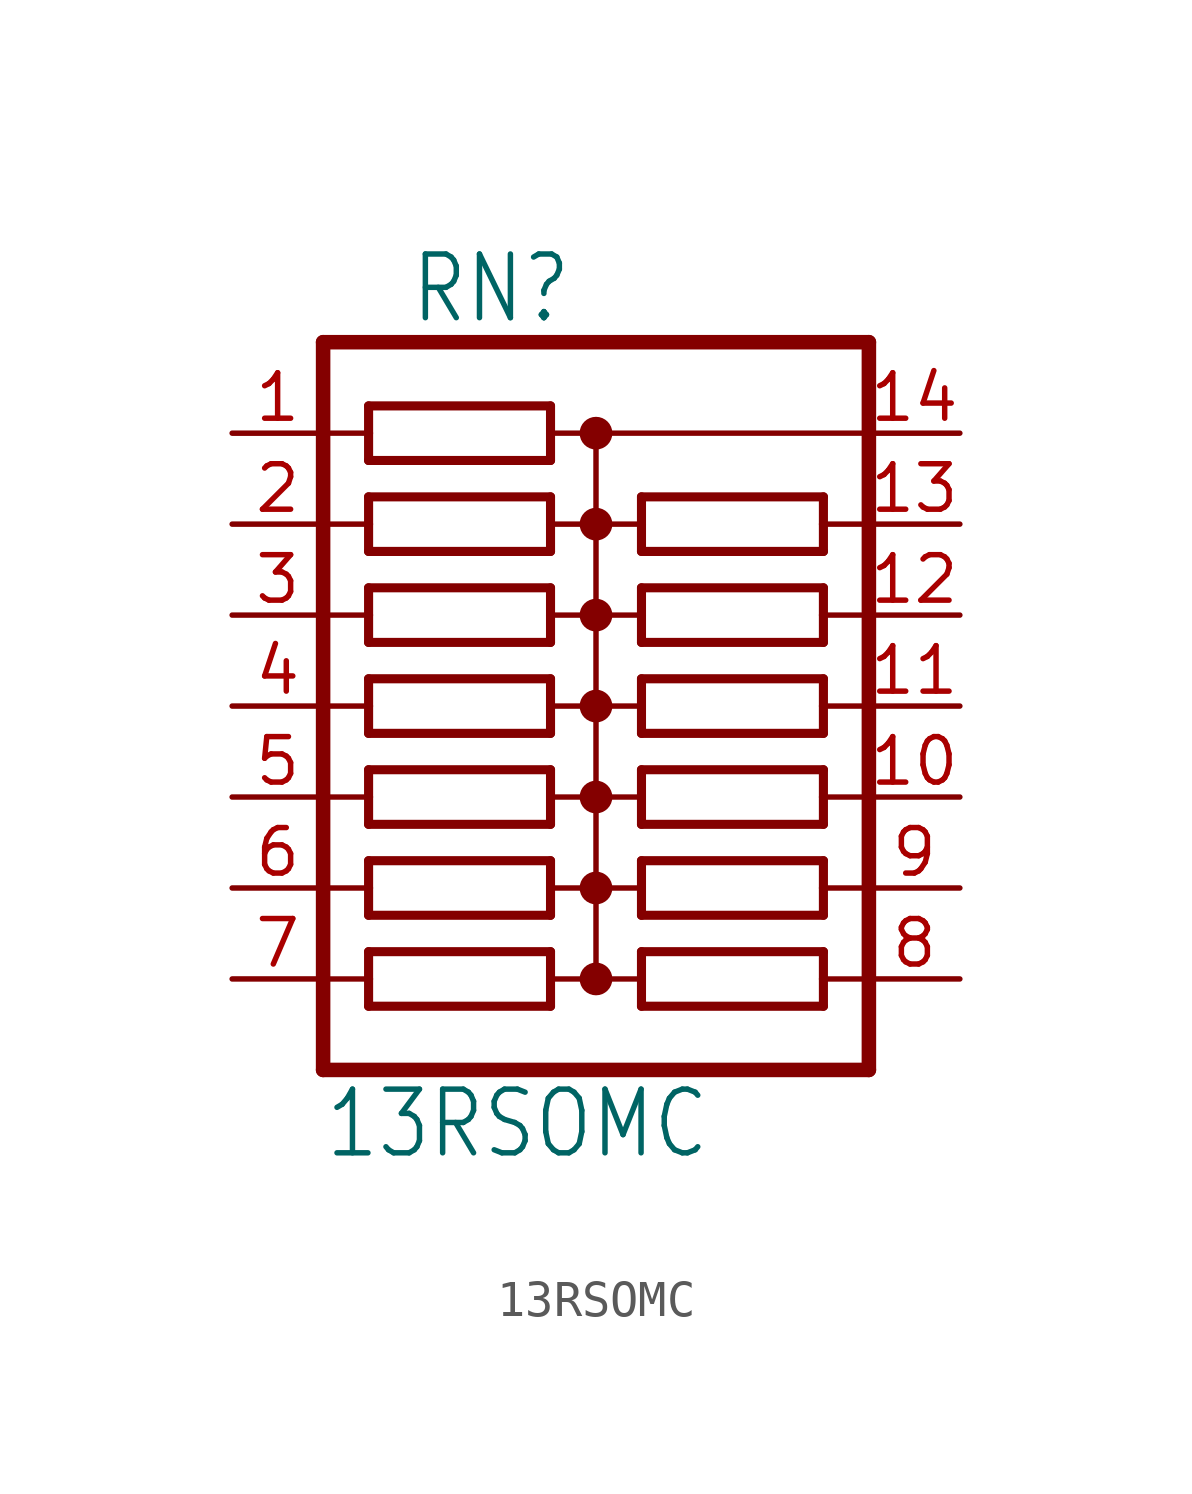
<source format=kicad_sym>
(kicad_symbol_lib
  (version 20211014)
  (generator kicad_symbol_editor)
  (symbol "13RSOMC"
    (property "Reference" "RN"
      (at -0.635 12.7 0)
      (effects (font (size 1.778 1.511)) (justify right top)))
    (property "Value" "13RSOMC"
      (at -7.62 -12.7 0)
      (effects (font (size 1.778 1.511)) (justify left bottom)))
    (property "ki_locked" ""
      (at 0 0 0)
      (effects (font (size 1.27 1.27))))
    (symbol "13RSOMC_1_0"
      (circle (center 0 -7.62) (radius 0.254) (stroke (width 0.406) (type default) (color 0 0 0 0)) (fill (type none)))
      (circle (center 0 -5.08) (radius 0.254) (stroke (width 0.406) (type default) (color 0 0 0 0)) (fill (type none)))
      (circle (center 0 -2.54) (radius 0.254) (stroke (width 0.406) (type default) (color 0 0 0 0)) (fill (type none)))
      (polyline (pts (xy -7.62 -7.62) (xy -6.35 -7.62)) (stroke (width 0.152) (type default) (color 0 0 0 0)) (fill (type none)))
      (polyline (pts (xy -7.62 -2.54) (xy -6.35 -2.54)) (stroke (width 0.152) (type default) (color 0 0 0 0)) (fill (type none)))
      (polyline (pts (xy -7.62 0) (xy -6.35 0)) (stroke (width 0.152) (type default) (color 0 0 0 0)) (fill (type none)))
      (polyline (pts (xy -7.62 2.54) (xy -6.35 2.54)) (stroke (width 0.152) (type default) (color 0 0 0 0)) (fill (type none)))
      (polyline (pts (xy -7.62 5.08) (xy -6.35 5.08)) (stroke (width 0.152) (type default) (color 0 0 0 0)) (fill (type none)))
      (polyline (pts (xy -7.62 10.16) (xy -7.62 -10.16)) (stroke (width 0.406) (type default) (color 0 0 0 0)) (fill (type none)))
      (polyline (pts (xy -6.35 -8.382) (xy -1.27 -8.382)) (stroke (width 0.254) (type default) (color 0 0 0 0)) (fill (type none)))
      (polyline (pts (xy -6.35 -7.62) (xy -6.35 -8.382)) (stroke (width 0.254) (type default) (color 0 0 0 0)) (fill (type none)))
      (polyline (pts (xy -6.35 -6.858) (xy -6.35 -7.62)) (stroke (width 0.254) (type default) (color 0 0 0 0)) (fill (type none)))
      (polyline (pts (xy -6.35 -5.842) (xy -1.27 -5.842)) (stroke (width 0.254) (type default) (color 0 0 0 0)) (fill (type none)))
      (polyline (pts (xy -6.35 -5.08) (xy -7.62 -5.08)) (stroke (width 0.152) (type default) (color 0 0 0 0)) (fill (type none)))
      (polyline (pts (xy -6.35 -5.08) (xy -6.35 -5.842)) (stroke (width 0.254) (type default) (color 0 0 0 0)) (fill (type none)))
      (polyline (pts (xy -6.35 -4.318) (xy -6.35 -5.08)) (stroke (width 0.254) (type default) (color 0 0 0 0)) (fill (type none)))
      (polyline (pts (xy -6.35 -3.302) (xy -1.27 -3.302)) (stroke (width 0.254) (type default) (color 0 0 0 0)) (fill (type none)))
      (polyline (pts (xy -6.35 -2.54) (xy -6.35 -3.302)) (stroke (width 0.254) (type default) (color 0 0 0 0)) (fill (type none)))
      (polyline (pts (xy -6.35 -1.778) (xy -6.35 -2.54)) (stroke (width 0.254) (type default) (color 0 0 0 0)) (fill (type none)))
      (polyline (pts (xy -6.35 -0.762) (xy -1.27 -0.762)) (stroke (width 0.254) (type default) (color 0 0 0 0)) (fill (type none)))
      (polyline (pts (xy -6.35 0) (xy -6.35 -0.762)) (stroke (width 0.254) (type default) (color 0 0 0 0)) (fill (type none)))
      (polyline (pts (xy -6.35 0.762) (xy -6.35 0)) (stroke (width 0.254) (type default) (color 0 0 0 0)) (fill (type none)))
      (polyline (pts (xy -6.35 1.778) (xy -1.27 1.778)) (stroke (width 0.254) (type default) (color 0 0 0 0)) (fill (type none)))
      (polyline (pts (xy -6.35 2.54) (xy -6.35 1.778)) (stroke (width 0.254) (type default) (color 0 0 0 0)) (fill (type none)))
      (polyline (pts (xy -6.35 3.302) (xy -6.35 2.54)) (stroke (width 0.254) (type default) (color 0 0 0 0)) (fill (type none)))
      (polyline (pts (xy -6.35 4.318) (xy -1.27 4.318)) (stroke (width 0.254) (type default) (color 0 0 0 0)) (fill (type none)))
      (polyline (pts (xy -6.35 5.08) (xy -6.35 4.318)) (stroke (width 0.254) (type default) (color 0 0 0 0)) (fill (type none)))
      (polyline (pts (xy -6.35 5.842) (xy -6.35 5.08)) (stroke (width 0.254) (type default) (color 0 0 0 0)) (fill (type none)))
      (polyline (pts (xy -6.35 6.858) (xy -1.27 6.858)) (stroke (width 0.254) (type default) (color 0 0 0 0)) (fill (type none)))
      (polyline (pts (xy -6.35 7.62) (xy -7.62 7.62)) (stroke (width 0.152) (type default) (color 0 0 0 0)) (fill (type none)))
      (polyline (pts (xy -6.35 7.62) (xy -6.35 6.858)) (stroke (width 0.254) (type default) (color 0 0 0 0)) (fill (type none)))
      (polyline (pts (xy -6.35 8.382) (xy -6.35 7.62)) (stroke (width 0.254) (type default) (color 0 0 0 0)) (fill (type none)))
      (polyline (pts (xy -1.27 -8.382) (xy -1.27 -7.62)) (stroke (width 0.254) (type default) (color 0 0 0 0)) (fill (type none)))
      (polyline (pts (xy -1.27 -7.62) (xy -1.27 -6.858)) (stroke (width 0.254) (type default) (color 0 0 0 0)) (fill (type none)))
      (polyline (pts (xy -1.27 -6.858) (xy -6.35 -6.858)) (stroke (width 0.254) (type default) (color 0 0 0 0)) (fill (type none)))
      (polyline (pts (xy -1.27 -5.842) (xy -1.27 -5.08)) (stroke (width 0.254) (type default) (color 0 0 0 0)) (fill (type none)))
      (polyline (pts (xy -1.27 -5.08) (xy -1.27 -4.318)) (stroke (width 0.254) (type default) (color 0 0 0 0)) (fill (type none)))
      (polyline (pts (xy -1.27 -4.318) (xy -6.35 -4.318)) (stroke (width 0.254) (type default) (color 0 0 0 0)) (fill (type none)))
      (polyline (pts (xy -1.27 -3.302) (xy -1.27 -2.54)) (stroke (width 0.254) (type default) (color 0 0 0 0)) (fill (type none)))
      (polyline (pts (xy -1.27 -2.54) (xy -1.27 -1.778)) (stroke (width 0.254) (type default) (color 0 0 0 0)) (fill (type none)))
      (polyline (pts (xy -1.27 -1.778) (xy -6.35 -1.778)) (stroke (width 0.254) (type default) (color 0 0 0 0)) (fill (type none)))
      (polyline (pts (xy -1.27 -0.762) (xy -1.27 0)) (stroke (width 0.254) (type default) (color 0 0 0 0)) (fill (type none)))
      (polyline (pts (xy -1.27 0) (xy -1.27 0.762)) (stroke (width 0.254) (type default) (color 0 0 0 0)) (fill (type none)))
      (polyline (pts (xy -1.27 0.762) (xy -6.35 0.762)) (stroke (width 0.254) (type default) (color 0 0 0 0)) (fill (type none)))
      (polyline (pts (xy -1.27 1.778) (xy -1.27 2.54)) (stroke (width 0.254) (type default) (color 0 0 0 0)) (fill (type none)))
      (polyline (pts (xy -1.27 2.54) (xy -1.27 3.302)) (stroke (width 0.254) (type default) (color 0 0 0 0)) (fill (type none)))
      (polyline (pts (xy -1.27 3.302) (xy -6.35 3.302)) (stroke (width 0.254) (type default) (color 0 0 0 0)) (fill (type none)))
      (polyline (pts (xy -1.27 4.318) (xy -1.27 5.08)) (stroke (width 0.254) (type default) (color 0 0 0 0)) (fill (type none)))
      (polyline (pts (xy -1.27 5.08) (xy -1.27 5.842)) (stroke (width 0.254) (type default) (color 0 0 0 0)) (fill (type none)))
      (polyline (pts (xy -1.27 5.842) (xy -6.35 5.842)) (stroke (width 0.254) (type default) (color 0 0 0 0)) (fill (type none)))
      (polyline (pts (xy -1.27 6.858) (xy -1.27 7.62)) (stroke (width 0.254) (type default) (color 0 0 0 0)) (fill (type none)))
      (polyline (pts (xy -1.27 7.62) (xy -1.27 8.382)) (stroke (width 0.254) (type default) (color 0 0 0 0)) (fill (type none)))
      (polyline (pts (xy -1.27 8.382) (xy -6.35 8.382)) (stroke (width 0.254) (type default) (color 0 0 0 0)) (fill (type none)))
      (polyline (pts (xy 0 -7.62) (xy -1.27 -7.62)) (stroke (width 0.152) (type default) (color 0 0 0 0)) (fill (type none)))
      (polyline (pts (xy 0 -7.62) (xy 1.27 -7.62)) (stroke (width 0.152) (type default) (color 0 0 0 0)) (fill (type none)))
      (polyline (pts (xy 0 -5.08) (xy -1.27 -5.08)) (stroke (width 0.152) (type default) (color 0 0 0 0)) (fill (type none)))
      (polyline (pts (xy 0 -5.08) (xy 0 -7.62)) (stroke (width 0.152) (type default) (color 0 0 0 0)) (fill (type none)))
      (polyline (pts (xy 0 -5.08) (xy 1.27 -5.08)) (stroke (width 0.152) (type default) (color 0 0 0 0)) (fill (type none)))
      (polyline (pts (xy 0 -2.54) (xy -1.27 -2.54)) (stroke (width 0.152) (type default) (color 0 0 0 0)) (fill (type none)))
      (polyline (pts (xy 0 -2.54) (xy 0 -5.08)) (stroke (width 0.152) (type default) (color 0 0 0 0)) (fill (type none)))
      (polyline (pts (xy 0 -2.54) (xy 1.27 -2.54)) (stroke (width 0.152) (type default) (color 0 0 0 0)) (fill (type none)))
      (polyline (pts (xy 0 0) (xy -1.27 0)) (stroke (width 0.152) (type default) (color 0 0 0 0)) (fill (type none)))
      (polyline (pts (xy 0 0) (xy 0 -2.54)) (stroke (width 0.152) (type default) (color 0 0 0 0)) (fill (type none)))
      (polyline (pts (xy 0 0) (xy 1.27 0)) (stroke (width 0.152) (type default) (color 0 0 0 0)) (fill (type none)))
      (polyline (pts (xy 0 2.54) (xy -1.27 2.54)) (stroke (width 0.152) (type default) (color 0 0 0 0)) (fill (type none)))
      (polyline (pts (xy 0 2.54) (xy 0 0)) (stroke (width 0.152) (type default) (color 0 0 0 0)) (fill (type none)))
      (polyline (pts (xy 0 2.54) (xy 1.27 2.54)) (stroke (width 0.152) (type default) (color 0 0 0 0)) (fill (type none)))
      (polyline (pts (xy 0 5.08) (xy -1.27 5.08)) (stroke (width 0.152) (type default) (color 0 0 0 0)) (fill (type none)))
      (polyline (pts (xy 0 5.08) (xy 0 2.54)) (stroke (width 0.152) (type default) (color 0 0 0 0)) (fill (type none)))
      (polyline (pts (xy 0 5.08) (xy 1.27 5.08)) (stroke (width 0.152) (type default) (color 0 0 0 0)) (fill (type none)))
      (polyline (pts (xy 0 7.62) (xy -1.27 7.62)) (stroke (width 0.152) (type default) (color 0 0 0 0)) (fill (type none)))
      (polyline (pts (xy 0 7.62) (xy 0 5.08)) (stroke (width 0.152) (type default) (color 0 0 0 0)) (fill (type none)))
      (polyline (pts (xy 0 7.62) (xy 7.62 7.62)) (stroke (width 0.152) (type default) (color 0 0 0 0)) (fill (type none)))
      (polyline (pts (xy 1.27 -8.382) (xy 6.35 -8.382)) (stroke (width 0.254) (type default) (color 0 0 0 0)) (fill (type none)))
      (polyline (pts (xy 1.27 -7.62) (xy 1.27 -8.382)) (stroke (width 0.254) (type default) (color 0 0 0 0)) (fill (type none)))
      (polyline (pts (xy 1.27 -6.858) (xy 1.27 -7.62)) (stroke (width 0.254) (type default) (color 0 0 0 0)) (fill (type none)))
      (polyline (pts (xy 1.27 -5.842) (xy 6.35 -5.842)) (stroke (width 0.254) (type default) (color 0 0 0 0)) (fill (type none)))
      (polyline (pts (xy 1.27 -5.08) (xy 1.27 -5.842)) (stroke (width 0.254) (type default) (color 0 0 0 0)) (fill (type none)))
      (polyline (pts (xy 1.27 -4.318) (xy 1.27 -5.08)) (stroke (width 0.254) (type default) (color 0 0 0 0)) (fill (type none)))
      (polyline (pts (xy 1.27 -3.302) (xy 6.35 -3.302)) (stroke (width 0.254) (type default) (color 0 0 0 0)) (fill (type none)))
      (polyline (pts (xy 1.27 -2.54) (xy 1.27 -3.302)) (stroke (width 0.254) (type default) (color 0 0 0 0)) (fill (type none)))
      (polyline (pts (xy 1.27 -1.778) (xy 1.27 -2.54)) (stroke (width 0.254) (type default) (color 0 0 0 0)) (fill (type none)))
      (polyline (pts (xy 1.27 -0.762) (xy 6.35 -0.762)) (stroke (width 0.254) (type default) (color 0 0 0 0)) (fill (type none)))
      (polyline (pts (xy 1.27 0) (xy 1.27 -0.762)) (stroke (width 0.254) (type default) (color 0 0 0 0)) (fill (type none)))
      (polyline (pts (xy 1.27 0.762) (xy 1.27 0)) (stroke (width 0.254) (type default) (color 0 0 0 0)) (fill (type none)))
      (polyline (pts (xy 1.27 1.778) (xy 6.35 1.778)) (stroke (width 0.254) (type default) (color 0 0 0 0)) (fill (type none)))
      (polyline (pts (xy 1.27 2.54) (xy 1.27 1.778)) (stroke (width 0.254) (type default) (color 0 0 0 0)) (fill (type none)))
      (polyline (pts (xy 1.27 3.302) (xy 1.27 2.54)) (stroke (width 0.254) (type default) (color 0 0 0 0)) (fill (type none)))
      (polyline (pts (xy 1.27 4.318) (xy 6.35 4.318)) (stroke (width 0.254) (type default) (color 0 0 0 0)) (fill (type none)))
      (polyline (pts (xy 1.27 5.08) (xy 1.27 4.318)) (stroke (width 0.254) (type default) (color 0 0 0 0)) (fill (type none)))
      (polyline (pts (xy 1.27 5.842) (xy 1.27 5.08)) (stroke (width 0.254) (type default) (color 0 0 0 0)) (fill (type none)))
      (polyline (pts (xy 6.35 -8.382) (xy 6.35 -7.62)) (stroke (width 0.254) (type default) (color 0 0 0 0)) (fill (type none)))
      (polyline (pts (xy 6.35 -7.62) (xy 6.35 -6.858)) (stroke (width 0.254) (type default) (color 0 0 0 0)) (fill (type none)))
      (polyline (pts (xy 6.35 -6.858) (xy 1.27 -6.858)) (stroke (width 0.254) (type default) (color 0 0 0 0)) (fill (type none)))
      (polyline (pts (xy 6.35 -5.842) (xy 6.35 -5.08)) (stroke (width 0.254) (type default) (color 0 0 0 0)) (fill (type none)))
      (polyline (pts (xy 6.35 -5.08) (xy 6.35 -4.318)) (stroke (width 0.254) (type default) (color 0 0 0 0)) (fill (type none)))
      (polyline (pts (xy 6.35 -4.318) (xy 1.27 -4.318)) (stroke (width 0.254) (type default) (color 0 0 0 0)) (fill (type none)))
      (polyline (pts (xy 6.35 -3.302) (xy 6.35 -2.54)) (stroke (width 0.254) (type default) (color 0 0 0 0)) (fill (type none)))
      (polyline (pts (xy 6.35 -2.54) (xy 6.35 -1.778)) (stroke (width 0.254) (type default) (color 0 0 0 0)) (fill (type none)))
      (polyline (pts (xy 6.35 -1.778) (xy 1.27 -1.778)) (stroke (width 0.254) (type default) (color 0 0 0 0)) (fill (type none)))
      (polyline (pts (xy 6.35 -0.762) (xy 6.35 0)) (stroke (width 0.254) (type default) (color 0 0 0 0)) (fill (type none)))
      (polyline (pts (xy 6.35 0) (xy 6.35 0.762)) (stroke (width 0.254) (type default) (color 0 0 0 0)) (fill (type none)))
      (polyline (pts (xy 6.35 0.762) (xy 1.27 0.762)) (stroke (width 0.254) (type default) (color 0 0 0 0)) (fill (type none)))
      (polyline (pts (xy 6.35 1.778) (xy 6.35 2.54)) (stroke (width 0.254) (type default) (color 0 0 0 0)) (fill (type none)))
      (polyline (pts (xy 6.35 2.54) (xy 6.35 3.302)) (stroke (width 0.254) (type default) (color 0 0 0 0)) (fill (type none)))
      (polyline (pts (xy 6.35 2.54) (xy 7.62 2.54)) (stroke (width 0.152) (type default) (color 0 0 0 0)) (fill (type none)))
      (polyline (pts (xy 6.35 3.302) (xy 1.27 3.302)) (stroke (width 0.254) (type default) (color 0 0 0 0)) (fill (type none)))
      (polyline (pts (xy 6.35 4.318) (xy 6.35 5.08)) (stroke (width 0.254) (type default) (color 0 0 0 0)) (fill (type none)))
      (polyline (pts (xy 6.35 5.08) (xy 6.35 5.842)) (stroke (width 0.254) (type default) (color 0 0 0 0)) (fill (type none)))
      (polyline (pts (xy 6.35 5.842) (xy 1.27 5.842)) (stroke (width 0.254) (type default) (color 0 0 0 0)) (fill (type none)))
      (polyline (pts (xy 7.62 -10.16) (xy -7.62 -10.16)) (stroke (width 0.406) (type default) (color 0 0 0 0)) (fill (type none)))
      (polyline (pts (xy 7.62 -7.62) (xy 6.35 -7.62)) (stroke (width 0.152) (type default) (color 0 0 0 0)) (fill (type none)))
      (polyline (pts (xy 7.62 -7.62) (xy 7.62 -10.16)) (stroke (width 0.406) (type default) (color 0 0 0 0)) (fill (type none)))
      (polyline (pts (xy 7.62 -5.08) (xy 6.35 -5.08)) (stroke (width 0.152) (type default) (color 0 0 0 0)) (fill (type none)))
      (polyline (pts (xy 7.62 -5.08) (xy 7.62 -7.62)) (stroke (width 0.406) (type default) (color 0 0 0 0)) (fill (type none)))
      (polyline (pts (xy 7.62 -2.54) (xy 6.35 -2.54)) (stroke (width 0.152) (type default) (color 0 0 0 0)) (fill (type none)))
      (polyline (pts (xy 7.62 -2.54) (xy 7.62 -5.08)) (stroke (width 0.406) (type default) (color 0 0 0 0)) (fill (type none)))
      (polyline (pts (xy 7.62 0) (xy 6.35 0)) (stroke (width 0.152) (type default) (color 0 0 0 0)) (fill (type none)))
      (polyline (pts (xy 7.62 0) (xy 7.62 -2.54)) (stroke (width 0.406) (type default) (color 0 0 0 0)) (fill (type none)))
      (polyline (pts (xy 7.62 2.54) (xy 7.62 0)) (stroke (width 0.406) (type default) (color 0 0 0 0)) (fill (type none)))
      (polyline (pts (xy 7.62 5.08) (xy 6.35 5.08)) (stroke (width 0.152) (type default) (color 0 0 0 0)) (fill (type none)))
      (polyline (pts (xy 7.62 5.08) (xy 7.62 2.54)) (stroke (width 0.406) (type default) (color 0 0 0 0)) (fill (type none)))
      (polyline (pts (xy 7.62 7.62) (xy 7.62 5.08)) (stroke (width 0.406) (type default) (color 0 0 0 0)) (fill (type none)))
      (polyline (pts (xy 7.62 10.16) (xy -7.62 10.16)) (stroke (width 0.406) (type default) (color 0 0 0 0)) (fill (type none)))
      (polyline (pts (xy 7.62 10.16) (xy 7.62 7.62)) (stroke (width 0.406) (type default) (color 0 0 0 0)) (fill (type none)))
      (circle (center 0 0) (radius 0.254) (stroke (width 0.406) (type default) (color 0 0 0 0)) (fill (type none)))
      (circle (center 0 2.54) (radius 0.254) (stroke (width 0.406) (type default) (color 0 0 0 0)) (fill (type none)))
      (circle (center 0 5.08) (radius 0.254) (stroke (width 0.406) (type default) (color 0 0 0 0)) (fill (type none)))
      (circle (center 0 7.62) (radius 0.254) (stroke (width 0.406) (type default) (color 0 0 0 0)) (fill (type none)))
      (pin passive line (at -10.16 7.62 0) (length 2.54) (name "1" (effects (font (size 0 0)))) (number "1" (effects (font (size 1.27 1.27)))))
      (pin passive line (at 10.16 -2.54 180) (length 2.54) (name "10" (effects (font (size 0 0)))) (number "10" (effects (font (size 1.27 1.27)))))
      (pin passive line (at 10.16 0 180) (length 2.54) (name "11" (effects (font (size 0 0)))) (number "11" (effects (font (size 1.27 1.27)))))
      (pin passive line (at 10.16 2.54 180) (length 2.54) (name "12" (effects (font (size 0 0)))) (number "12" (effects (font (size 1.27 1.27)))))
      (pin passive line (at 10.16 5.08 180) (length 2.54) (name "13" (effects (font (size 0 0)))) (number "13" (effects (font (size 1.27 1.27)))))
      (pin passive line (at 10.16 7.62 180) (length 2.54) (name "14" (effects (font (size 0 0)))) (number "14" (effects (font (size 1.27 1.27)))))
      (pin passive line (at -10.16 5.08 0) (length 2.54) (name "2" (effects (font (size 0 0)))) (number "2" (effects (font (size 1.27 1.27)))))
      (pin passive line (at -10.16 2.54 0) (length 2.54) (name "3" (effects (font (size 0 0)))) (number "3" (effects (font (size 1.27 1.27)))))
      (pin passive line (at -10.16 0 0) (length 2.54) (name "4" (effects (font (size 0 0)))) (number "4" (effects (font (size 1.27 1.27)))))
      (pin passive line (at -10.16 -2.54 0) (length 2.54) (name "5" (effects (font (size 0 0)))) (number "5" (effects (font (size 1.27 1.27)))))
      (pin passive line (at -10.16 -5.08 0) (length 2.54) (name "6" (effects (font (size 0 0)))) (number "6" (effects (font (size 1.27 1.27)))))
      (pin passive line (at -10.16 -7.62 0) (length 2.54) (name "7" (effects (font (size 0 0)))) (number "7" (effects (font (size 1.27 1.27)))))
      (pin passive line (at 10.16 -7.62 180) (length 2.54) (name "8" (effects (font (size 0 0)))) (number "8" (effects (font (size 1.27 1.27)))))
      (pin passive line (at 10.16 -5.08 180) (length 2.54) (name "9" (effects (font (size 0 0)))) (number "9" (effects (font (size 1.27 1.27))))))))
</source>
